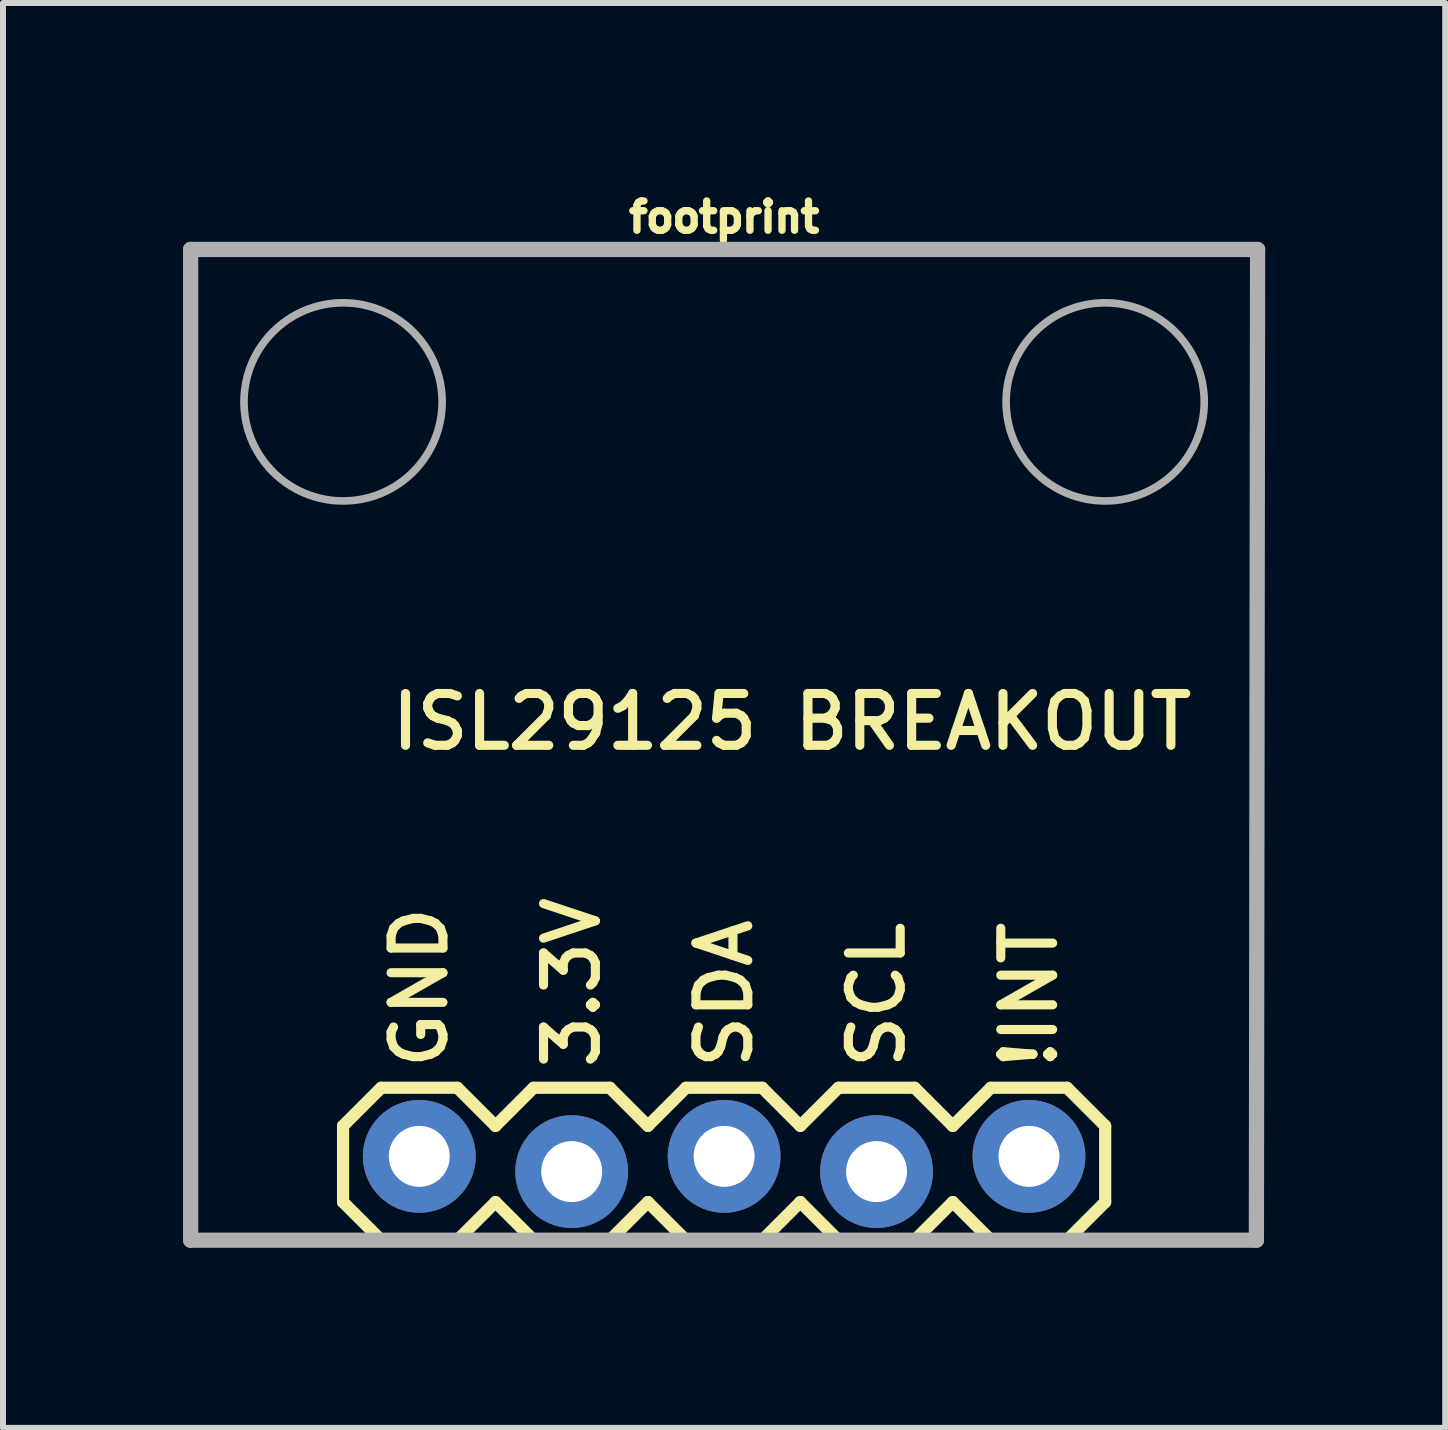
<source format=kicad_pcb>
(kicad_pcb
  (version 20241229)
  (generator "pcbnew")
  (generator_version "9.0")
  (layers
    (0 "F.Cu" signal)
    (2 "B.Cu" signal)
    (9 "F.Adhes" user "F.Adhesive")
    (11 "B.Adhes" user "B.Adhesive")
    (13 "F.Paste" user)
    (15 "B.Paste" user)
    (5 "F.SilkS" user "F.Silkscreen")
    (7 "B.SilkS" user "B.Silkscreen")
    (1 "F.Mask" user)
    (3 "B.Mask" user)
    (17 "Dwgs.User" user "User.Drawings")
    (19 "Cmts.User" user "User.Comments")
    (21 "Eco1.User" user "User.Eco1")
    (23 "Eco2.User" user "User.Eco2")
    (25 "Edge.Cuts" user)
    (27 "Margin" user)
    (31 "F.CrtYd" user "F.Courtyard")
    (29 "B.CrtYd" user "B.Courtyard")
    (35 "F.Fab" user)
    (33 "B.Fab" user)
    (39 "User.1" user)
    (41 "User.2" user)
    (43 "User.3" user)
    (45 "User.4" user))
  (footprint "footprint"
    (layer "F.Cu")
    (at 9.017 8.727)
    (property "Reference" "footprint" (at 0 -7.874 0) (layer "F.SilkS") (effects (font (size 0.488 0.488) (thickness 0.122)) (justify bottom)))
    (fp_line (start -6.35 6.985) (end -6.35 8.255) (stroke (width 0.203) (type solid)) (layer "F.SilkS"))
    (fp_line (start -6.35 8.255) (end -5.715 8.89) (stroke (width 0.203) (type solid)) (layer "F.SilkS"))
    (fp_line (start -5.715 6.35) (end -6.35 6.985) (stroke (width 0.203) (type solid)) (layer "F.SilkS"))
    (fp_line (start -5.715 6.35) (end -4.445 6.35) (stroke (width 0.203) (type solid)) (layer "F.SilkS"))
    (fp_line (start -4.445 6.35) (end -3.81 6.985) (stroke (width 0.203) (type solid)) (layer "F.SilkS"))
    (fp_line (start -4.445 8.89) (end -5.715 8.89) (stroke (width 0.203) (type solid)) (layer "F.SilkS"))
    (fp_line (start -3.81 6.985) (end -3.175 6.35) (stroke (width 0.203) (type solid)) (layer "F.SilkS"))
    (fp_line (start -3.81 8.255) (end -4.445 8.89) (stroke (width 0.203) (type solid)) (layer "F.SilkS"))
    (fp_line (start -3.175 6.35) (end -1.905 6.35) (stroke (width 0.203) (type solid)) (layer "F.SilkS"))
    (fp_line (start -3.175 8.89) (end -3.81 8.255) (stroke (width 0.203) (type solid)) (layer "F.SilkS"))
    (fp_line (start -1.905 6.35) (end -1.27 6.985) (stroke (width 0.203) (type solid)) (layer "F.SilkS"))
    (fp_line (start -1.905 8.89) (end -3.175 8.89) (stroke (width 0.203) (type solid)) (layer "F.SilkS"))
    (fp_line (start -1.27 6.985) (end -0.635 6.35) (stroke (width 0.203) (type solid)) (layer "F.SilkS"))
    (fp_line (start -1.27 8.255) (end -1.905 8.89) (stroke (width 0.203) (type solid)) (layer "F.SilkS"))
    (fp_line (start -0.635 6.35) (end 0.635 6.35) (stroke (width 0.203) (type solid)) (layer "F.SilkS"))
    (fp_line (start -0.635 8.89) (end -1.27 8.255) (stroke (width 0.203) (type solid)) (layer "F.SilkS"))
    (fp_line (start 0.635 6.35) (end 1.27 6.985) (stroke (width 0.203) (type solid)) (layer "F.SilkS"))
    (fp_line (start 0.635 8.89) (end -0.635 8.89) (stroke (width 0.203) (type solid)) (layer "F.SilkS"))
    (fp_line (start 1.27 8.255) (end 0.635 8.89) (stroke (width 0.203) (type solid)) (layer "F.SilkS"))
    (fp_line (start 1.27 8.255) (end 1.905 8.89) (stroke (width 0.203) (type solid)) (layer "F.SilkS"))
    (fp_line (start 1.905 6.35) (end 1.27 6.985) (stroke (width 0.203) (type solid)) (layer "F.SilkS"))
    (fp_line (start 1.905 6.35) (end 3.175 6.35) (stroke (width 0.203) (type solid)) (layer "F.SilkS"))
    (fp_line (start 3.175 6.35) (end 3.81 6.985) (stroke (width 0.203) (type solid)) (layer "F.SilkS"))
    (fp_line (start 3.175 8.89) (end 1.905 8.89) (stroke (width 0.203) (type solid)) (layer "F.SilkS"))
    (fp_line (start 3.81 6.985) (end 4.445 6.35) (stroke (width 0.203) (type solid)) (layer "F.SilkS"))
    (fp_line (start 3.81 8.255) (end 3.175 8.89) (stroke (width 0.203) (type solid)) (layer "F.SilkS"))
    (fp_line (start 4.445 6.35) (end 5.715 6.35) (stroke (width 0.203) (type solid)) (layer "F.SilkS"))
    (fp_line (start 4.445 8.89) (end 3.81 8.255) (stroke (width 0.203) (type solid)) (layer "F.SilkS"))
    (fp_line (start 5.715 6.35) (end 6.35 6.985) (stroke (width 0.203) (type solid)) (layer "F.SilkS"))
    (fp_line (start 5.715 8.89) (end 4.445 8.89) (stroke (width 0.203) (type solid)) (layer "F.SilkS"))
    (fp_line (start 6.35 6.985) (end 6.35 8.255) (stroke (width 0.203) (type solid)) (layer "F.SilkS"))
    (fp_line (start 6.35 8.255) (end 5.715 8.89) (stroke (width 0.203) (type solid)) (layer "F.SilkS"))
    (fp_line (start -8.89 -7.62) (end -8.89 8.89) (stroke (width 0.254) (type solid)) (layer "F.Fab"))
    (fp_line (start -8.89 8.89) (end 8.87 8.89) (stroke (width 0.254) (type solid)) (layer "F.Fab"))
    (fp_line (start 8.87 8.89) (end 8.89 -7.62) (stroke (width 0.254) (type solid)) (layer "F.Fab"))
    (fp_line (start 8.89 -7.62) (end -8.89 -7.62) (stroke (width 0.254) (type solid)) (layer "F.Fab"))
    (fp_circle (center -6.35 -5.08) (end -4.699 -5.08) (stroke (width 0.127) (type solid)) (fill no) (layer "F.Fab"))
    (fp_circle (center 6.35 -5.08) (end 8.001 -5.08) (stroke (width 0.127) (type solid)) (fill no) (layer "F.Fab"))
    (fp_poly (pts (xy -5.334 7.874) (xy -4.826 7.874) (xy -4.826 7.366) (xy -5.334 7.366)) (stroke (width 0.1) (type solid)) (fill no) (layer "F.Fab"))
    (fp_poly (pts (xy -2.794 7.874) (xy -2.286 7.874) (xy -2.286 7.366) (xy -2.794 7.366)) (stroke (width 0.1) (type solid)) (fill no) (layer "F.Fab"))
    (fp_poly (pts (xy -0.254 7.874) (xy 0.254 7.874) (xy 0.254 7.366) (xy -0.254 7.366)) (stroke (width 0.1) (type solid)) (fill no) (layer "F.Fab"))
    (fp_poly (pts (xy 2.286 7.874) (xy 2.794 7.874) (xy 2.794 7.366) (xy 2.286 7.366)) (stroke (width 0.1) (type solid)) (fill no) (layer "F.Fab"))
    (fp_poly (pts (xy 4.826 7.874) (xy 5.334 7.874) (xy 5.334 7.366) (xy 4.826 7.366)) (stroke (width 0.1) (type solid)) (fill no) (layer "F.Fab"))
    (fp_text user "ISL29125 BREAKOUT" (at 7.874 -0.254 0) (layer "F.SilkS") (effects (font (size 0.864 0.864) (thickness 0.152)) (justify right top)))
    (fp_text user "SCL" (at 3.048 6.096 90) (layer "F.SilkS") (effects (font (size 0.864 0.864) (thickness 0.152)) (justify left bottom)))
    (fp_text user "SDA" (at 0.508 6.096 90) (layer "F.SilkS") (effects (font (size 0.864 0.864) (thickness 0.152)) (justify left bottom)))
    (fp_text user "GND" (at -4.572 6.096 90) (layer "F.SilkS") (effects (font (size 0.864 0.864) (thickness 0.152)) (justify left bottom)))
    (fp_text user "!INT" (at 5.588 6.096 90) (layer "F.SilkS") (effects (font (size 0.864 0.864) (thickness 0.152)) (justify left bottom)))
    (fp_text user "3.3V" (at -2.032 6.096 90) (layer "F.SilkS") (effects (font (size 0.864 0.864) (thickness 0.152)) (justify left bottom)))
    (pad "1" thru_hole circle (at -5.08 7.493 90) (size 1.88 1.88) (drill 1.016) (layers "*.Cu" "*.Mask"))
    (pad "2" thru_hole circle (at -2.54 7.747 90) (size 1.88 1.88) (drill 1.016) (layers "*.Cu" "*.Mask"))
    (pad "3" thru_hole circle (at 0 7.493 90) (size 1.88 1.88) (drill 1.016) (layers "*.Cu" "*.Mask"))
    (pad "4" thru_hole circle (at 2.54 7.747 90) (size 1.88 1.88) (drill 1.016) (layers "*.Cu" "*.Mask"))
    (pad "5" thru_hole circle (at 5.08 7.493 90) (size 1.88 1.88) (drill 1.016) (layers "*.Cu" "*.Mask")))
  (gr_rect
    (start -3 -3)
    (end 21.034 20.744)
    (stroke (width 0.1) (type default))
    (fill no)
    (layer "Edge.Cuts")))
</source>
